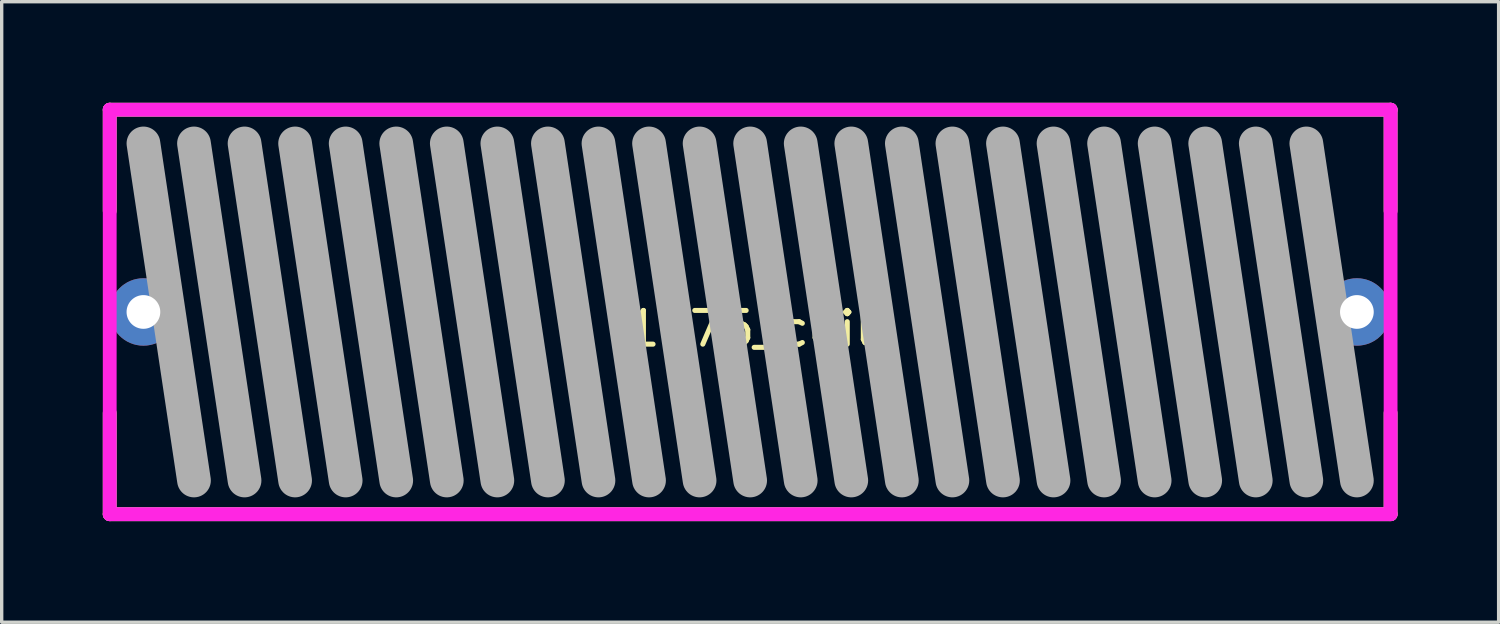
<source format=kicad_pcb>
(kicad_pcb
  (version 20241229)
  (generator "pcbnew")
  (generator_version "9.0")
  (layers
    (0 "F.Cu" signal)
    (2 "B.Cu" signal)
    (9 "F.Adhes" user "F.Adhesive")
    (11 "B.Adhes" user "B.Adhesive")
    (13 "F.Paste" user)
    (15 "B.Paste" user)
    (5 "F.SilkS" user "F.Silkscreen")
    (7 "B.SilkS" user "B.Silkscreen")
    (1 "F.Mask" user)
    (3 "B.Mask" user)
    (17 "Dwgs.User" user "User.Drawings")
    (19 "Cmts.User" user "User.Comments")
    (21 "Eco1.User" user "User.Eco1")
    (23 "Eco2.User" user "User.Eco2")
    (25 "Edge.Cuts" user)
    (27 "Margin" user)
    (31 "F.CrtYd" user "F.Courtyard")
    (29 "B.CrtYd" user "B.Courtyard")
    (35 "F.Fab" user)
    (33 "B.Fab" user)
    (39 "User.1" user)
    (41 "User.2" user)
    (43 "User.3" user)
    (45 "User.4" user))
  (footprint "1u75_coil"
    (layer "F.Cu")
    (at 19.205 6.205)
    (property "Reference" "1u75_coil" (at 0 0.5 0) (layer "F.SilkS") (effects (font (size 1 1) (thickness 0.15))))
    (attr through_hole)
    (fp_line (start -19 -6) (end -19 -3) (stroke (width 0.41) (type solid)) (layer "F.SilkS"))
    (fp_line (start -19 3) (end -19 6) (stroke (width 0.41) (type solid)) (layer "F.SilkS"))
    (fp_line (start -19 6) (end 19 6) (stroke (width 0.41) (type solid)) (layer "F.SilkS"))
    (fp_line (start 19 -6) (end -19 -6) (stroke (width 0.41) (type solid)) (layer "F.SilkS"))
    (fp_line (start 19 -3) (end 19 -6) (stroke (width 0.41) (type solid)) (layer "F.SilkS"))
    (fp_line (start 19 6) (end 19 3) (stroke (width 0.41) (type solid)) (layer "F.SilkS"))
    (fp_line (start -19 -6) (end 19 -6) (stroke (width 0.41) (type solid)) (layer "F.CrtYd"))
    (fp_line (start -19 6) (end -19 -6) (stroke (width 0.41) (type solid)) (layer "F.CrtYd"))
    (fp_line (start 19 -6) (end 19 6) (stroke (width 0.41) (type solid)) (layer "F.CrtYd"))
    (fp_line (start 19 6) (end -19 6) (stroke (width 0.41) (type solid)) (layer "F.CrtYd"))
    (fp_line (start -18 -5) (end -16.5 5) (stroke (width 1) (type solid)) (layer "F.Fab"))
    (fp_line (start -16.5 -5) (end -15 5) (stroke (width 1) (type solid)) (layer "F.Fab"))
    (fp_line (start -15 -5) (end -13.5 5) (stroke (width 1) (type solid)) (layer "F.Fab"))
    (fp_line (start -13.5 -5) (end -12 5) (stroke (width 1) (type solid)) (layer "F.Fab"))
    (fp_line (start -12 -5) (end -10.5 5) (stroke (width 1) (type solid)) (layer "F.Fab"))
    (fp_line (start -10.5 -5) (end -9 5) (stroke (width 1) (type solid)) (layer "F.Fab"))
    (fp_line (start -9 -5) (end -7.5 5) (stroke (width 1) (type solid)) (layer "F.Fab"))
    (fp_line (start -7.5 -5) (end -6 5) (stroke (width 1) (type solid)) (layer "F.Fab"))
    (fp_line (start -6 -5) (end -4.5 5) (stroke (width 1) (type solid)) (layer "F.Fab"))
    (fp_line (start -4.5 -5) (end -3 5) (stroke (width 1) (type solid)) (layer "F.Fab"))
    (fp_line (start -3 -5) (end -1.5 5) (stroke (width 1) (type solid)) (layer "F.Fab"))
    (fp_line (start -1.5 -5) (end 0 5) (stroke (width 1) (type solid)) (layer "F.Fab"))
    (fp_line (start 0 -5) (end 1.5 5) (stroke (width 1) (type solid)) (layer "F.Fab"))
    (fp_line (start 1.5 -5) (end 3 5) (stroke (width 1) (type solid)) (layer "F.Fab"))
    (fp_line (start 3 -5) (end 4.5 5) (stroke (width 1) (type solid)) (layer "F.Fab"))
    (fp_line (start 4.5 -5) (end 6 5) (stroke (width 1) (type solid)) (layer "F.Fab"))
    (fp_line (start 6 -5) (end 7.5 5) (stroke (width 1) (type solid)) (layer "F.Fab"))
    (fp_line (start 7.5 -5) (end 9 5) (stroke (width 1) (type solid)) (layer "F.Fab"))
    (fp_line (start 9 -5) (end 10.5 5) (stroke (width 1) (type solid)) (layer "F.Fab"))
    (fp_line (start 10.5 -5) (end 12 5) (stroke (width 1) (type solid)) (layer "F.Fab"))
    (fp_line (start 12 -5) (end 13.5 5) (stroke (width 1) (type solid)) (layer "F.Fab"))
    (fp_line (start 13.5 -5) (end 15 5) (stroke (width 1) (type solid)) (layer "F.Fab"))
    (fp_line (start 15 -5) (end 16.5 5) (stroke (width 1) (type solid)) (layer "F.Fab"))
    (fp_line (start 16.5 -5) (end 18 5) (stroke (width 1) (type solid)) (layer "F.Fab"))
    (pad "1" thru_hole circle (at -18 0) (size 2 2) (drill 1) (layers "*.Cu" "*.Mask"))
    (pad "2" thru_hole circle (at 18 0) (size 2 2) (drill 1) (layers "*.Cu" "*.Mask")))
  (gr_rect
    (start -3 -3)
    (end 41.41 15.41)
    (stroke (width 0.1) (type default))
    (fill no)
    (layer "Edge.Cuts")))
</source>
